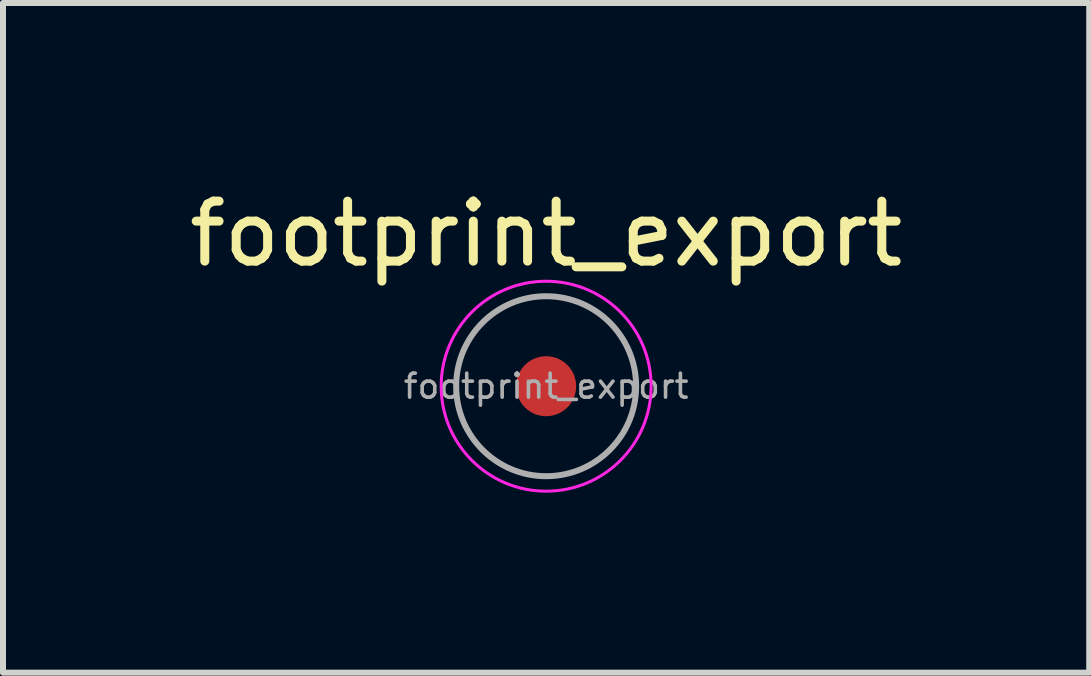
<source format=kicad_pcb>
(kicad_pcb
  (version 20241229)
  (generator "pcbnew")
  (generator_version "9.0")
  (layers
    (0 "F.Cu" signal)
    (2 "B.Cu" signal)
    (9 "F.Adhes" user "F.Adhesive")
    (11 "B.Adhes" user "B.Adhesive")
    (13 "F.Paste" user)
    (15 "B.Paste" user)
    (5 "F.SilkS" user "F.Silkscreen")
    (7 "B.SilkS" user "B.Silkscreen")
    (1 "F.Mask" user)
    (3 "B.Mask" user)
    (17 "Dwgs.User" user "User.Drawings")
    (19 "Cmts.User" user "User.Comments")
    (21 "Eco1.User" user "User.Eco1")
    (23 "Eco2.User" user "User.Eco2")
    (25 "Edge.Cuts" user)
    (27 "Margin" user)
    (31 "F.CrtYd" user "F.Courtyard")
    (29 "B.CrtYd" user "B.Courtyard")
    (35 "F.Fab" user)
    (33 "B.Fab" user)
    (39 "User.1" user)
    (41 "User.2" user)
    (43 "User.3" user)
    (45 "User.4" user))
  (footprint "footprint_export"
    (layer "F.Cu")
    (at 6.054 3.388)
    (property "Reference" "footprint_export" (at 0 -2.54 0) (layer "F.SilkS") (effects (font (size 1 1) (thickness 0.15))))
    (attr smd)
    (fp_circle (center 0 0) (end 1.75 0) (stroke (width 0.05) (type solid)) (fill no) (layer "F.CrtYd"))
    (fp_circle (center 0 0) (end 1.5 0) (stroke (width 0.1) (type solid)) (fill no) (layer "F.Fab"))
    (fp_text user "${REFERENCE}" (at 0 0 0) (layer "F.Fab") (effects (font (size 0.4 0.4) (thickness 0.06))))
    (pad "" smd circle (at 0 0) (size 1 1) (layers "F.Cu" "F.Mask")))
  (gr_rect
    (start -3 -3)
    (end 15.107 8.163)
    (stroke (width 0.1) (type default))
    (fill no)
    (layer "Edge.Cuts")))
</source>
